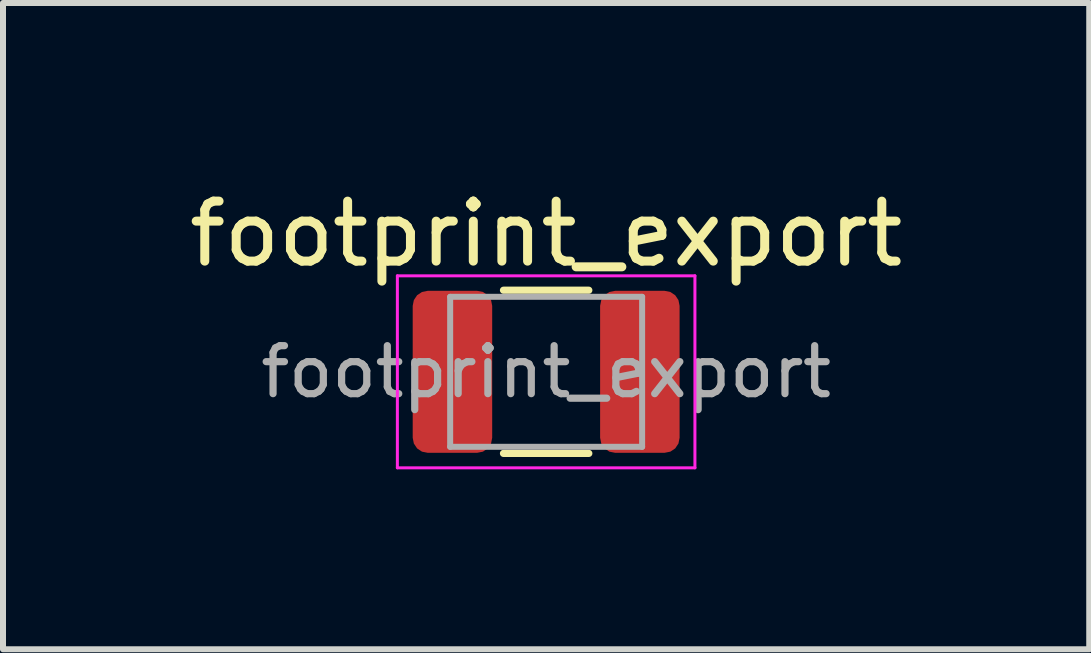
<source format=kicad_pcb>
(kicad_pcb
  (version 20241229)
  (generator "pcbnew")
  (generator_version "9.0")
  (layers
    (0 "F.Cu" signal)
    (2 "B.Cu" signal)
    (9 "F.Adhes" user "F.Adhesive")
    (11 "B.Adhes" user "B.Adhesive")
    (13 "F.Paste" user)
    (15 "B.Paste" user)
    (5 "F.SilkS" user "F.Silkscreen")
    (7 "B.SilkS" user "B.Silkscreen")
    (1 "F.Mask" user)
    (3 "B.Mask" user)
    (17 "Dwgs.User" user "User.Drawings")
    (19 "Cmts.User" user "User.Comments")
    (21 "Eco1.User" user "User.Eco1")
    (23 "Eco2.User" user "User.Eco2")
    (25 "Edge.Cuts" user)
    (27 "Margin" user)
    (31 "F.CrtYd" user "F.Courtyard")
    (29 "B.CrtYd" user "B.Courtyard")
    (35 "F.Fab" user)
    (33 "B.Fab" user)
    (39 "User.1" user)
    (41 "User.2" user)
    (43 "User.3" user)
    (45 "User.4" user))
  (footprint "footprint_export"
    (layer "F.Cu")
    (at 6.054 3.148)
    (property "Reference" "footprint_export" (at 0 -2.3 0) (layer "F.SilkS") (effects (font (size 1 1) (thickness 0.15))))
    (attr smd)
    (fp_line (start -0.711 -1.36) (end 0.711 -1.36) (stroke (width 0.12) (type solid)) (layer "F.SilkS"))
    (fp_line (start -0.711 1.36) (end 0.711 1.36) (stroke (width 0.12) (type solid)) (layer "F.SilkS"))
    (fp_line (start -2.48 -1.6) (end 2.48 -1.6) (stroke (width 0.05) (type solid)) (layer "F.CrtYd"))
    (fp_line (start -2.48 1.6) (end -2.48 -1.6) (stroke (width 0.05) (type solid)) (layer "F.CrtYd"))
    (fp_line (start 2.48 -1.6) (end 2.48 1.6) (stroke (width 0.05) (type solid)) (layer "F.CrtYd"))
    (fp_line (start 2.48 1.6) (end -2.48 1.6) (stroke (width 0.05) (type solid)) (layer "F.CrtYd"))
    (fp_line (start -1.6 -1.25) (end 1.6 -1.25) (stroke (width 0.1) (type solid)) (layer "F.Fab"))
    (fp_line (start -1.6 1.25) (end -1.6 -1.25) (stroke (width 0.1) (type solid)) (layer "F.Fab"))
    (fp_line (start 1.6 -1.25) (end 1.6 1.25) (stroke (width 0.1) (type solid)) (layer "F.Fab"))
    (fp_line (start 1.6 1.25) (end -1.6 1.25) (stroke (width 0.1) (type solid)) (layer "F.Fab"))
    (fp_text user "${REFERENCE}" (at 0 0 0) (layer "F.Fab") (effects (font (size 0.8 0.8) (thickness 0.12))))
    (pad "1" smd roundrect (at -1.562 0) (size 1.325 2.7) (layers "F.Cu" "F.Mask" "F.Paste") (roundrect_rratio 0.189))
    (pad "2" smd roundrect (at 1.562 0) (size 1.325 2.7) (layers "F.Cu" "F.Mask" "F.Paste") (roundrect_rratio 0.189)))
  (gr_rect
    (start -3 -3)
    (end 15.107 7.773)
    (stroke (width 0.1) (type default))
    (fill no)
    (layer "Edge.Cuts")))
</source>
